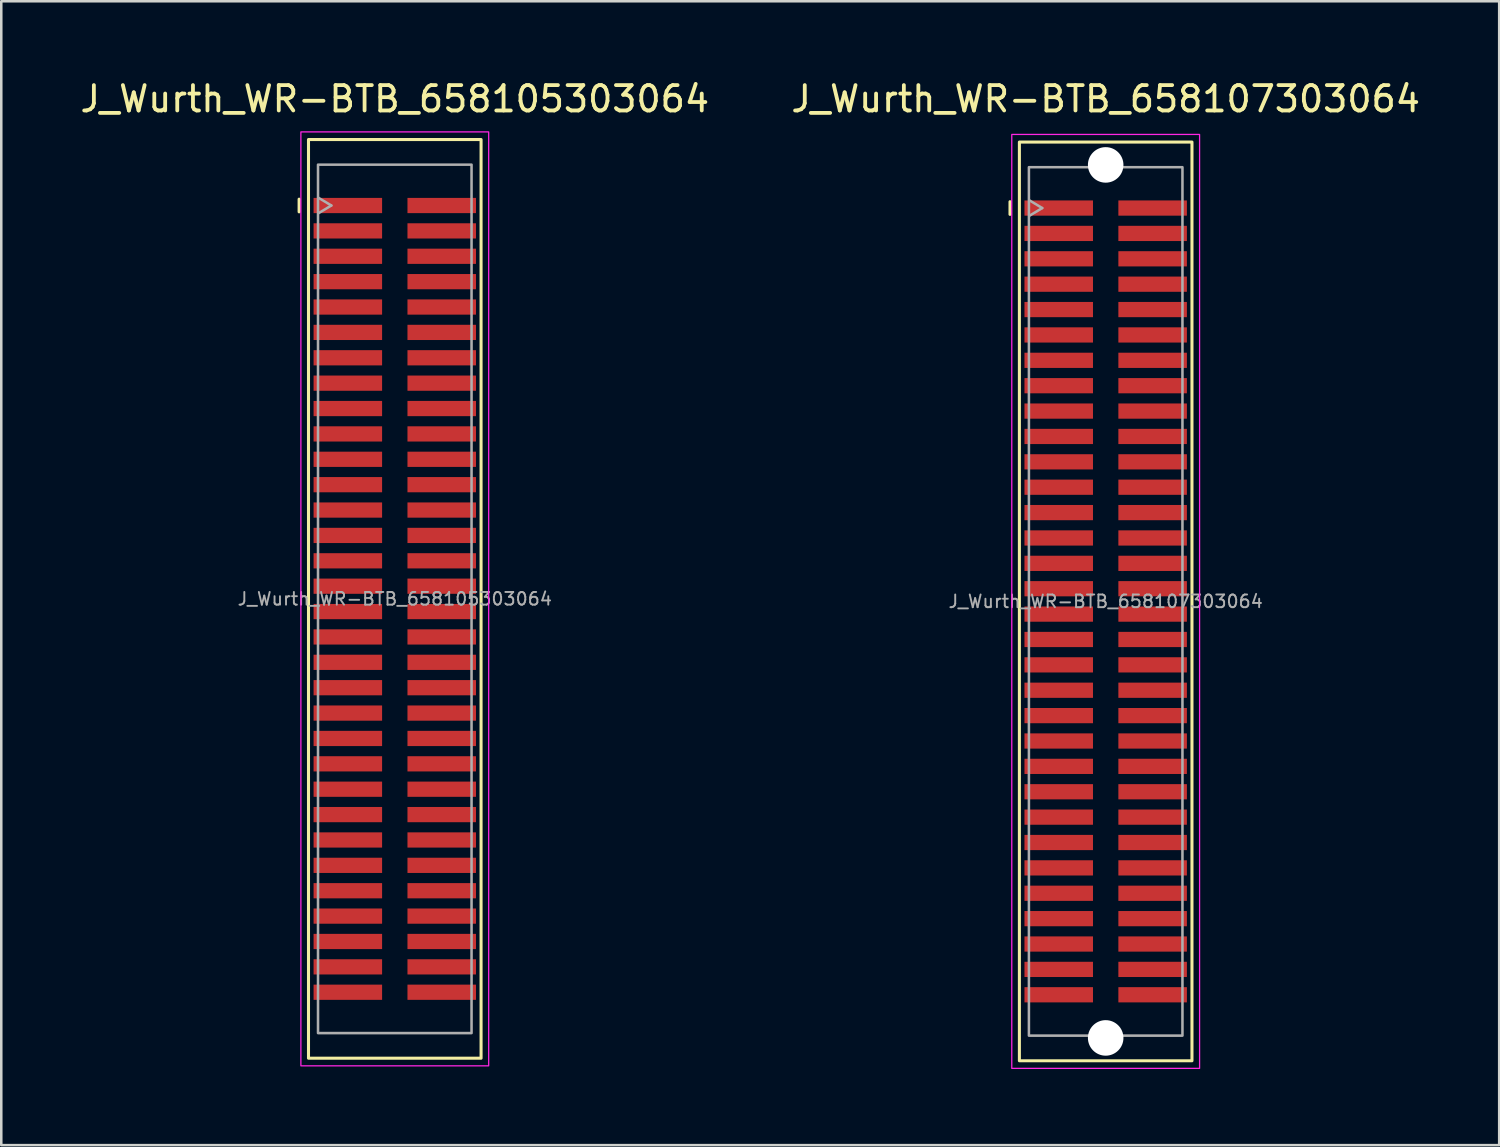
<source format=kicad_pcb>
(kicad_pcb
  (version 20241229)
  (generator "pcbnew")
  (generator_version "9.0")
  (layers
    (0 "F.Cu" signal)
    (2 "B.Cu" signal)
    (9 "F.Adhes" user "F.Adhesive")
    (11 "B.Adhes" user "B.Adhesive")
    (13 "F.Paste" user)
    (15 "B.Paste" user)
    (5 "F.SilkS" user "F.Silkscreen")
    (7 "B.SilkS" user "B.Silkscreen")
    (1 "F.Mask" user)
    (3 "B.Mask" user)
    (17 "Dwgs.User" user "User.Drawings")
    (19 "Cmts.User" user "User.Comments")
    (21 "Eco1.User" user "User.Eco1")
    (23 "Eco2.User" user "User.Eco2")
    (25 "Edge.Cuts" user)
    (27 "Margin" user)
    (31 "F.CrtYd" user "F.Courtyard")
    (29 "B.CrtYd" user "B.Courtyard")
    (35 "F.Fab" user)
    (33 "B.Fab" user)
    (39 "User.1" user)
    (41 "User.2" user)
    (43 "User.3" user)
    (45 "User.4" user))
  (footprint "J_Wurth_WR-BTB_658105303064"
    (layer "F.Cu")
    (at 12.506 20.548)
    (property "Reference" "J_Wurth_WR-BTB_658105303064" (at 0 -19.7 0) (layer "F.SilkS") (effects (font (size 1 1) (thickness 0.15))))
    (attr through_hole)
    (fp_line (start -3.77 -15.25) (end -3.77 -15.75) (stroke (width 0.12) (type solid)) (layer "F.SilkS"))
    (fp_rect (start -3.4 -18.1) (end 3.4 18.1) (stroke (width 0.12) (type solid)) (fill no) (layer "F.SilkS"))
    (fp_rect (start -3.7 -18.4) (end 3.7 18.4) (stroke (width 0.05) (type solid)) (fill no) (layer "F.CrtYd"))
    (fp_line (start -3 -15.8) (end -2.5 -15.5) (stroke (width 0.1) (type default)) (layer "F.Fab"))
    (fp_line (start -2.5 -15.5) (end -3 -15.2) (stroke (width 0.1) (type default)) (layer "F.Fab"))
    (fp_rect (start -3.025 -17.11) (end 3.025 17.11) (stroke (width 0.1) (type solid)) (fill no) (layer "F.Fab"))
    (fp_text user "${REFERENCE}" (at 0 0 0) (unlocked yes) (layer "F.Fab") (effects (font (size 0.5 0.5) (thickness 0.075))))
    (pad "1" smd rect (at -1.85 -15.5 270) (size 0.6 2.7) (layers "F.Cu" "F.Mask" "F.Paste"))
    (pad "2" smd rect (at 1.85 -15.5 270) (size 0.6 2.7) (layers "F.Cu" "F.Mask" "F.Paste"))
    (pad "3" smd rect (at -1.85 -14.5 270) (size 0.6 2.7) (layers "F.Cu" "F.Mask" "F.Paste"))
    (pad "4" smd rect (at 1.85 -14.5 270) (size 0.6 2.7) (layers "F.Cu" "F.Mask" "F.Paste"))
    (pad "5" smd rect (at -1.85 -13.5 270) (size 0.6 2.7) (layers "F.Cu" "F.Mask" "F.Paste"))
    (pad "6" smd rect (at 1.85 -13.5 270) (size 0.6 2.7) (layers "F.Cu" "F.Mask" "F.Paste"))
    (pad "7" smd rect (at -1.85 -12.5 270) (size 0.6 2.7) (layers "F.Cu" "F.Mask" "F.Paste"))
    (pad "8" smd rect (at 1.85 -12.5 270) (size 0.6 2.7) (layers "F.Cu" "F.Mask" "F.Paste"))
    (pad "9" smd rect (at -1.85 -11.5 270) (size 0.6 2.7) (layers "F.Cu" "F.Mask" "F.Paste"))
    (pad "10" smd rect (at 1.85 -11.5 270) (size 0.6 2.7) (layers "F.Cu" "F.Mask" "F.Paste"))
    (pad "11" smd rect (at -1.85 -10.5 270) (size 0.6 2.7) (layers "F.Cu" "F.Mask" "F.Paste"))
    (pad "12" smd rect (at 1.85 -10.5 270) (size 0.6 2.7) (layers "F.Cu" "F.Mask" "F.Paste"))
    (pad "13" smd rect (at -1.85 -9.5 270) (size 0.6 2.7) (layers "F.Cu" "F.Mask" "F.Paste"))
    (pad "14" smd rect (at 1.85 -9.5 270) (size 0.6 2.7) (layers "F.Cu" "F.Mask" "F.Paste"))
    (pad "15" smd rect (at -1.85 -8.5 270) (size 0.6 2.7) (layers "F.Cu" "F.Mask" "F.Paste"))
    (pad "16" smd rect (at 1.85 -8.5 270) (size 0.6 2.7) (layers "F.Cu" "F.Mask" "F.Paste"))
    (pad "17" smd rect (at -1.85 -7.5 270) (size 0.6 2.7) (layers "F.Cu" "F.Mask" "F.Paste"))
    (pad "18" smd rect (at 1.85 -7.5 270) (size 0.6 2.7) (layers "F.Cu" "F.Mask" "F.Paste"))
    (pad "19" smd rect (at -1.85 -6.5 270) (size 0.6 2.7) (layers "F.Cu" "F.Mask" "F.Paste"))
    (pad "20" smd rect (at 1.85 -6.5 270) (size 0.6 2.7) (layers "F.Cu" "F.Mask" "F.Paste"))
    (pad "21" smd rect (at -1.85 -5.5 270) (size 0.6 2.7) (layers "F.Cu" "F.Mask" "F.Paste"))
    (pad "22" smd rect (at 1.85 -5.5 270) (size 0.6 2.7) (layers "F.Cu" "F.Mask" "F.Paste"))
    (pad "23" smd rect (at -1.85 -4.5 270) (size 0.6 2.7) (layers "F.Cu" "F.Mask" "F.Paste"))
    (pad "24" smd rect (at 1.85 -4.5 270) (size 0.6 2.7) (layers "F.Cu" "F.Mask" "F.Paste"))
    (pad "25" smd rect (at -1.85 -3.5 270) (size 0.6 2.7) (layers "F.Cu" "F.Mask" "F.Paste"))
    (pad "26" smd rect (at 1.85 -3.5 270) (size 0.6 2.7) (layers "F.Cu" "F.Mask" "F.Paste"))
    (pad "27" smd rect (at -1.85 -2.5 270) (size 0.6 2.7) (layers "F.Cu" "F.Mask" "F.Paste"))
    (pad "28" smd rect (at 1.85 -2.5 270) (size 0.6 2.7) (layers "F.Cu" "F.Mask" "F.Paste"))
    (pad "29" smd rect (at -1.85 -1.5 270) (size 0.6 2.7) (layers "F.Cu" "F.Mask" "F.Paste"))
    (pad "30" smd rect (at 1.85 -1.5 270) (size 0.6 2.7) (layers "F.Cu" "F.Mask" "F.Paste"))
    (pad "31" smd rect (at -1.85 -0.5 270) (size 0.6 2.7) (layers "F.Cu" "F.Mask" "F.Paste"))
    (pad "32" smd rect (at 1.85 -0.5 270) (size 0.6 2.7) (layers "F.Cu" "F.Mask" "F.Paste"))
    (pad "33" smd rect (at -1.85 0.5 270) (size 0.6 2.7) (layers "F.Cu" "F.Mask" "F.Paste"))
    (pad "34" smd rect (at 1.85 0.5 270) (size 0.6 2.7) (layers "F.Cu" "F.Mask" "F.Paste"))
    (pad "35" smd rect (at -1.85 1.5 270) (size 0.6 2.7) (layers "F.Cu" "F.Mask" "F.Paste"))
    (pad "36" smd rect (at 1.85 1.5 270) (size 0.6 2.7) (layers "F.Cu" "F.Mask" "F.Paste"))
    (pad "37" smd rect (at -1.85 2.5 270) (size 0.6 2.7) (layers "F.Cu" "F.Mask" "F.Paste"))
    (pad "38" smd rect (at 1.85 2.5 270) (size 0.6 2.7) (layers "F.Cu" "F.Mask" "F.Paste"))
    (pad "39" smd rect (at -1.85 3.5 270) (size 0.6 2.7) (layers "F.Cu" "F.Mask" "F.Paste"))
    (pad "40" smd rect (at 1.85 3.5 270) (size 0.6 2.7) (layers "F.Cu" "F.Mask" "F.Paste"))
    (pad "41" smd rect (at -1.85 4.5 270) (size 0.6 2.7) (layers "F.Cu" "F.Mask" "F.Paste"))
    (pad "42" smd rect (at 1.85 4.5 270) (size 0.6 2.7) (layers "F.Cu" "F.Mask" "F.Paste"))
    (pad "43" smd rect (at -1.85 5.5 270) (size 0.6 2.7) (layers "F.Cu" "F.Mask" "F.Paste"))
    (pad "44" smd rect (at 1.85 5.5 270) (size 0.6 2.7) (layers "F.Cu" "F.Mask" "F.Paste"))
    (pad "45" smd rect (at -1.85 6.5 270) (size 0.6 2.7) (layers "F.Cu" "F.Mask" "F.Paste"))
    (pad "46" smd rect (at 1.85 6.5 270) (size 0.6 2.7) (layers "F.Cu" "F.Mask" "F.Paste"))
    (pad "47" smd rect (at -1.85 7.5 270) (size 0.6 2.7) (layers "F.Cu" "F.Mask" "F.Paste"))
    (pad "48" smd rect (at 1.85 7.5 270) (size 0.6 2.7) (layers "F.Cu" "F.Mask" "F.Paste"))
    (pad "49" smd rect (at -1.85 8.5 270) (size 0.6 2.7) (layers "F.Cu" "F.Mask" "F.Paste"))
    (pad "50" smd rect (at 1.85 8.5 270) (size 0.6 2.7) (layers "F.Cu" "F.Mask" "F.Paste"))
    (pad "51" smd rect (at -1.85 9.5 270) (size 0.6 2.7) (layers "F.Cu" "F.Mask" "F.Paste"))
    (pad "52" smd rect (at 1.85 9.5 270) (size 0.6 2.7) (layers "F.Cu" "F.Mask" "F.Paste"))
    (pad "53" smd rect (at -1.85 10.5 270) (size 0.6 2.7) (layers "F.Cu" "F.Mask" "F.Paste"))
    (pad "54" smd rect (at 1.85 10.5 270) (size 0.6 2.7) (layers "F.Cu" "F.Mask" "F.Paste"))
    (pad "55" smd rect (at -1.85 11.5 270) (size 0.6 2.7) (layers "F.Cu" "F.Mask" "F.Paste"))
    (pad "56" smd rect (at 1.85 11.5 270) (size 0.6 2.7) (layers "F.Cu" "F.Mask" "F.Paste"))
    (pad "57" smd rect (at -1.85 12.5 270) (size 0.6 2.7) (layers "F.Cu" "F.Mask" "F.Paste"))
    (pad "58" smd rect (at 1.85 12.5 270) (size 0.6 2.7) (layers "F.Cu" "F.Mask" "F.Paste"))
    (pad "59" smd rect (at -1.85 13.5 270) (size 0.6 2.7) (layers "F.Cu" "F.Mask" "F.Paste"))
    (pad "60" smd rect (at 1.85 13.5 270) (size 0.6 2.7) (layers "F.Cu" "F.Mask" "F.Paste"))
    (pad "61" smd rect (at -1.85 14.5 270) (size 0.6 2.7) (layers "F.Cu" "F.Mask" "F.Paste"))
    (pad "62" smd rect (at 1.85 14.5 270) (size 0.6 2.7) (layers "F.Cu" "F.Mask" "F.Paste"))
    (pad "63" smd rect (at -1.85 15.5 270) (size 0.6 2.7) (layers "F.Cu" "F.Mask" "F.Paste"))
    (pad "64" smd rect (at 1.85 15.5 270) (size 0.6 2.7) (layers "F.Cu" "F.Mask" "F.Paste")))
  (footprint "J_Wurth_WR-BTB_658107303064"
    (layer "F.Cu")
    (at 40.518 20.648)
    (property "Reference" "J_Wurth_WR-BTB_658107303064" (at 0 -19.8 0) (layer "F.SilkS") (effects (font (size 1 1) (thickness 0.15))))
    (attr through_hole)
    (fp_line (start -3.77 -15.25) (end -3.77 -15.75) (stroke (width 0.12) (type solid)) (layer "F.SilkS"))
    (fp_rect (start -3.4 -18.1) (end 3.4 18.1) (stroke (width 0.12) (type solid)) (fill no) (layer "F.SilkS"))
    (fp_rect (start -3.7 -18.4) (end 3.7 18.4) (stroke (width 0.05) (type solid)) (fill no) (layer "F.CrtYd"))
    (fp_line (start -3 -15.8) (end -2.5 -15.5) (stroke (width 0.1) (type default)) (layer "F.Fab"))
    (fp_line (start -2.5 -15.5) (end -3 -15.2) (stroke (width 0.1) (type default)) (layer "F.Fab"))
    (fp_rect (start -3.025 -17.11) (end 3.025 17.11) (stroke (width 0.1) (type solid)) (fill no) (layer "F.Fab"))
    (fp_text user "${REFERENCE}" (at 0 0 0) (unlocked yes) (layer "F.Fab") (effects (font (size 0.5 0.5) (thickness 0.075))))
    (pad "" np_thru_hole circle (at 0 -17.2 270) (size 1.4 1.4) (drill 1.4) (layers "*.Cu" "*.Mask"))
    (pad "" np_thru_hole circle (at 0 17.2 270) (size 1.4 1.4) (drill 1.4) (layers "*.Cu" "*.Mask"))
    (pad "1" smd rect (at -1.85 -15.5 270) (size 0.6 2.7) (layers "F.Cu" "F.Mask" "F.Paste"))
    (pad "2" smd rect (at 1.85 -15.5 270) (size 0.6 2.7) (layers "F.Cu" "F.Mask" "F.Paste"))
    (pad "3" smd rect (at -1.85 -14.5 270) (size 0.6 2.7) (layers "F.Cu" "F.Mask" "F.Paste"))
    (pad "4" smd rect (at 1.85 -14.5 270) (size 0.6 2.7) (layers "F.Cu" "F.Mask" "F.Paste"))
    (pad "5" smd rect (at -1.85 -13.5 270) (size 0.6 2.7) (layers "F.Cu" "F.Mask" "F.Paste"))
    (pad "6" smd rect (at 1.85 -13.5 270) (size 0.6 2.7) (layers "F.Cu" "F.Mask" "F.Paste"))
    (pad "7" smd rect (at -1.85 -12.5 270) (size 0.6 2.7) (layers "F.Cu" "F.Mask" "F.Paste"))
    (pad "8" smd rect (at 1.85 -12.5 270) (size 0.6 2.7) (layers "F.Cu" "F.Mask" "F.Paste"))
    (pad "9" smd rect (at -1.85 -11.5 270) (size 0.6 2.7) (layers "F.Cu" "F.Mask" "F.Paste"))
    (pad "10" smd rect (at 1.85 -11.5 270) (size 0.6 2.7) (layers "F.Cu" "F.Mask" "F.Paste"))
    (pad "11" smd rect (at -1.85 -10.5 270) (size 0.6 2.7) (layers "F.Cu" "F.Mask" "F.Paste"))
    (pad "12" smd rect (at 1.85 -10.5 270) (size 0.6 2.7) (layers "F.Cu" "F.Mask" "F.Paste"))
    (pad "13" smd rect (at -1.85 -9.5 270) (size 0.6 2.7) (layers "F.Cu" "F.Mask" "F.Paste"))
    (pad "14" smd rect (at 1.85 -9.5 270) (size 0.6 2.7) (layers "F.Cu" "F.Mask" "F.Paste"))
    (pad "15" smd rect (at -1.85 -8.5 270) (size 0.6 2.7) (layers "F.Cu" "F.Mask" "F.Paste"))
    (pad "16" smd rect (at 1.85 -8.5 270) (size 0.6 2.7) (layers "F.Cu" "F.Mask" "F.Paste"))
    (pad "17" smd rect (at -1.85 -7.5 270) (size 0.6 2.7) (layers "F.Cu" "F.Mask" "F.Paste"))
    (pad "18" smd rect (at 1.85 -7.5 270) (size 0.6 2.7) (layers "F.Cu" "F.Mask" "F.Paste"))
    (pad "19" smd rect (at -1.85 -6.5 270) (size 0.6 2.7) (layers "F.Cu" "F.Mask" "F.Paste"))
    (pad "20" smd rect (at 1.85 -6.5 270) (size 0.6 2.7) (layers "F.Cu" "F.Mask" "F.Paste"))
    (pad "21" smd rect (at -1.85 -5.5 270) (size 0.6 2.7) (layers "F.Cu" "F.Mask" "F.Paste"))
    (pad "22" smd rect (at 1.85 -5.5 270) (size 0.6 2.7) (layers "F.Cu" "F.Mask" "F.Paste"))
    (pad "23" smd rect (at -1.85 -4.5 270) (size 0.6 2.7) (layers "F.Cu" "F.Mask" "F.Paste"))
    (pad "24" smd rect (at 1.85 -4.5 270) (size 0.6 2.7) (layers "F.Cu" "F.Mask" "F.Paste"))
    (pad "25" smd rect (at -1.85 -3.5 270) (size 0.6 2.7) (layers "F.Cu" "F.Mask" "F.Paste"))
    (pad "26" smd rect (at 1.85 -3.5 270) (size 0.6 2.7) (layers "F.Cu" "F.Mask" "F.Paste"))
    (pad "27" smd rect (at -1.85 -2.5 270) (size 0.6 2.7) (layers "F.Cu" "F.Mask" "F.Paste"))
    (pad "28" smd rect (at 1.85 -2.5 270) (size 0.6 2.7) (layers "F.Cu" "F.Mask" "F.Paste"))
    (pad "29" smd rect (at -1.85 -1.5 270) (size 0.6 2.7) (layers "F.Cu" "F.Mask" "F.Paste"))
    (pad "30" smd rect (at 1.85 -1.5 270) (size 0.6 2.7) (layers "F.Cu" "F.Mask" "F.Paste"))
    (pad "31" smd rect (at -1.85 -0.5 270) (size 0.6 2.7) (layers "F.Cu" "F.Mask" "F.Paste"))
    (pad "32" smd rect (at 1.85 -0.5 270) (size 0.6 2.7) (layers "F.Cu" "F.Mask" "F.Paste"))
    (pad "33" smd rect (at -1.85 0.5 270) (size 0.6 2.7) (layers "F.Cu" "F.Mask" "F.Paste"))
    (pad "34" smd rect (at 1.85 0.5 270) (size 0.6 2.7) (layers "F.Cu" "F.Mask" "F.Paste"))
    (pad "35" smd rect (at -1.85 1.5 270) (size 0.6 2.7) (layers "F.Cu" "F.Mask" "F.Paste"))
    (pad "36" smd rect (at 1.85 1.5 270) (size 0.6 2.7) (layers "F.Cu" "F.Mask" "F.Paste"))
    (pad "37" smd rect (at -1.85 2.5 270) (size 0.6 2.7) (layers "F.Cu" "F.Mask" "F.Paste"))
    (pad "38" smd rect (at 1.85 2.5 270) (size 0.6 2.7) (layers "F.Cu" "F.Mask" "F.Paste"))
    (pad "39" smd rect (at -1.85 3.5 270) (size 0.6 2.7) (layers "F.Cu" "F.Mask" "F.Paste"))
    (pad "40" smd rect (at 1.85 3.5 270) (size 0.6 2.7) (layers "F.Cu" "F.Mask" "F.Paste"))
    (pad "41" smd rect (at -1.85 4.5 270) (size 0.6 2.7) (layers "F.Cu" "F.Mask" "F.Paste"))
    (pad "42" smd rect (at 1.85 4.5 270) (size 0.6 2.7) (layers "F.Cu" "F.Mask" "F.Paste"))
    (pad "43" smd rect (at -1.85 5.5 270) (size 0.6 2.7) (layers "F.Cu" "F.Mask" "F.Paste"))
    (pad "44" smd rect (at 1.85 5.5 270) (size 0.6 2.7) (layers "F.Cu" "F.Mask" "F.Paste"))
    (pad "45" smd rect (at -1.85 6.5 270) (size 0.6 2.7) (layers "F.Cu" "F.Mask" "F.Paste"))
    (pad "46" smd rect (at 1.85 6.5 270) (size 0.6 2.7) (layers "F.Cu" "F.Mask" "F.Paste"))
    (pad "47" smd rect (at -1.85 7.5 270) (size 0.6 2.7) (layers "F.Cu" "F.Mask" "F.Paste"))
    (pad "48" smd rect (at 1.85 7.5 270) (size 0.6 2.7) (layers "F.Cu" "F.Mask" "F.Paste"))
    (pad "49" smd rect (at -1.85 8.5 270) (size 0.6 2.7) (layers "F.Cu" "F.Mask" "F.Paste"))
    (pad "50" smd rect (at 1.85 8.5 270) (size 0.6 2.7) (layers "F.Cu" "F.Mask" "F.Paste"))
    (pad "51" smd rect (at -1.85 9.5 270) (size 0.6 2.7) (layers "F.Cu" "F.Mask" "F.Paste"))
    (pad "52" smd rect (at 1.85 9.5 270) (size 0.6 2.7) (layers "F.Cu" "F.Mask" "F.Paste"))
    (pad "53" smd rect (at -1.85 10.5 270) (size 0.6 2.7) (layers "F.Cu" "F.Mask" "F.Paste"))
    (pad "54" smd rect (at 1.85 10.5 270) (size 0.6 2.7) (layers "F.Cu" "F.Mask" "F.Paste"))
    (pad "55" smd rect (at -1.85 11.5 270) (size 0.6 2.7) (layers "F.Cu" "F.Mask" "F.Paste"))
    (pad "56" smd rect (at 1.85 11.5 270) (size 0.6 2.7) (layers "F.Cu" "F.Mask" "F.Paste"))
    (pad "57" smd rect (at -1.85 12.5 270) (size 0.6 2.7) (layers "F.Cu" "F.Mask" "F.Paste"))
    (pad "58" smd rect (at 1.85 12.5 270) (size 0.6 2.7) (layers "F.Cu" "F.Mask" "F.Paste"))
    (pad "59" smd rect (at -1.85 13.5 270) (size 0.6 2.7) (layers "F.Cu" "F.Mask" "F.Paste"))
    (pad "60" smd rect (at 1.85 13.5 270) (size 0.6 2.7) (layers "F.Cu" "F.Mask" "F.Paste"))
    (pad "61" smd rect (at -1.85 14.5 270) (size 0.6 2.7) (layers "F.Cu" "F.Mask" "F.Paste"))
    (pad "62" smd rect (at 1.85 14.5 270) (size 0.6 2.7) (layers "F.Cu" "F.Mask" "F.Paste"))
    (pad "63" smd rect (at -1.85 15.5 270) (size 0.6 2.7) (layers "F.Cu" "F.Mask" "F.Paste"))
    (pad "64" smd rect (at 1.85 15.5 270) (size 0.6 2.7) (layers "F.Cu" "F.Mask" "F.Paste")))
  (gr_rect
    (start -3 -3)
    (end 56.024 42.073)
    (stroke (width 0.1) (type default))
    (fill no)
    (layer "Edge.Cuts")))
</source>
